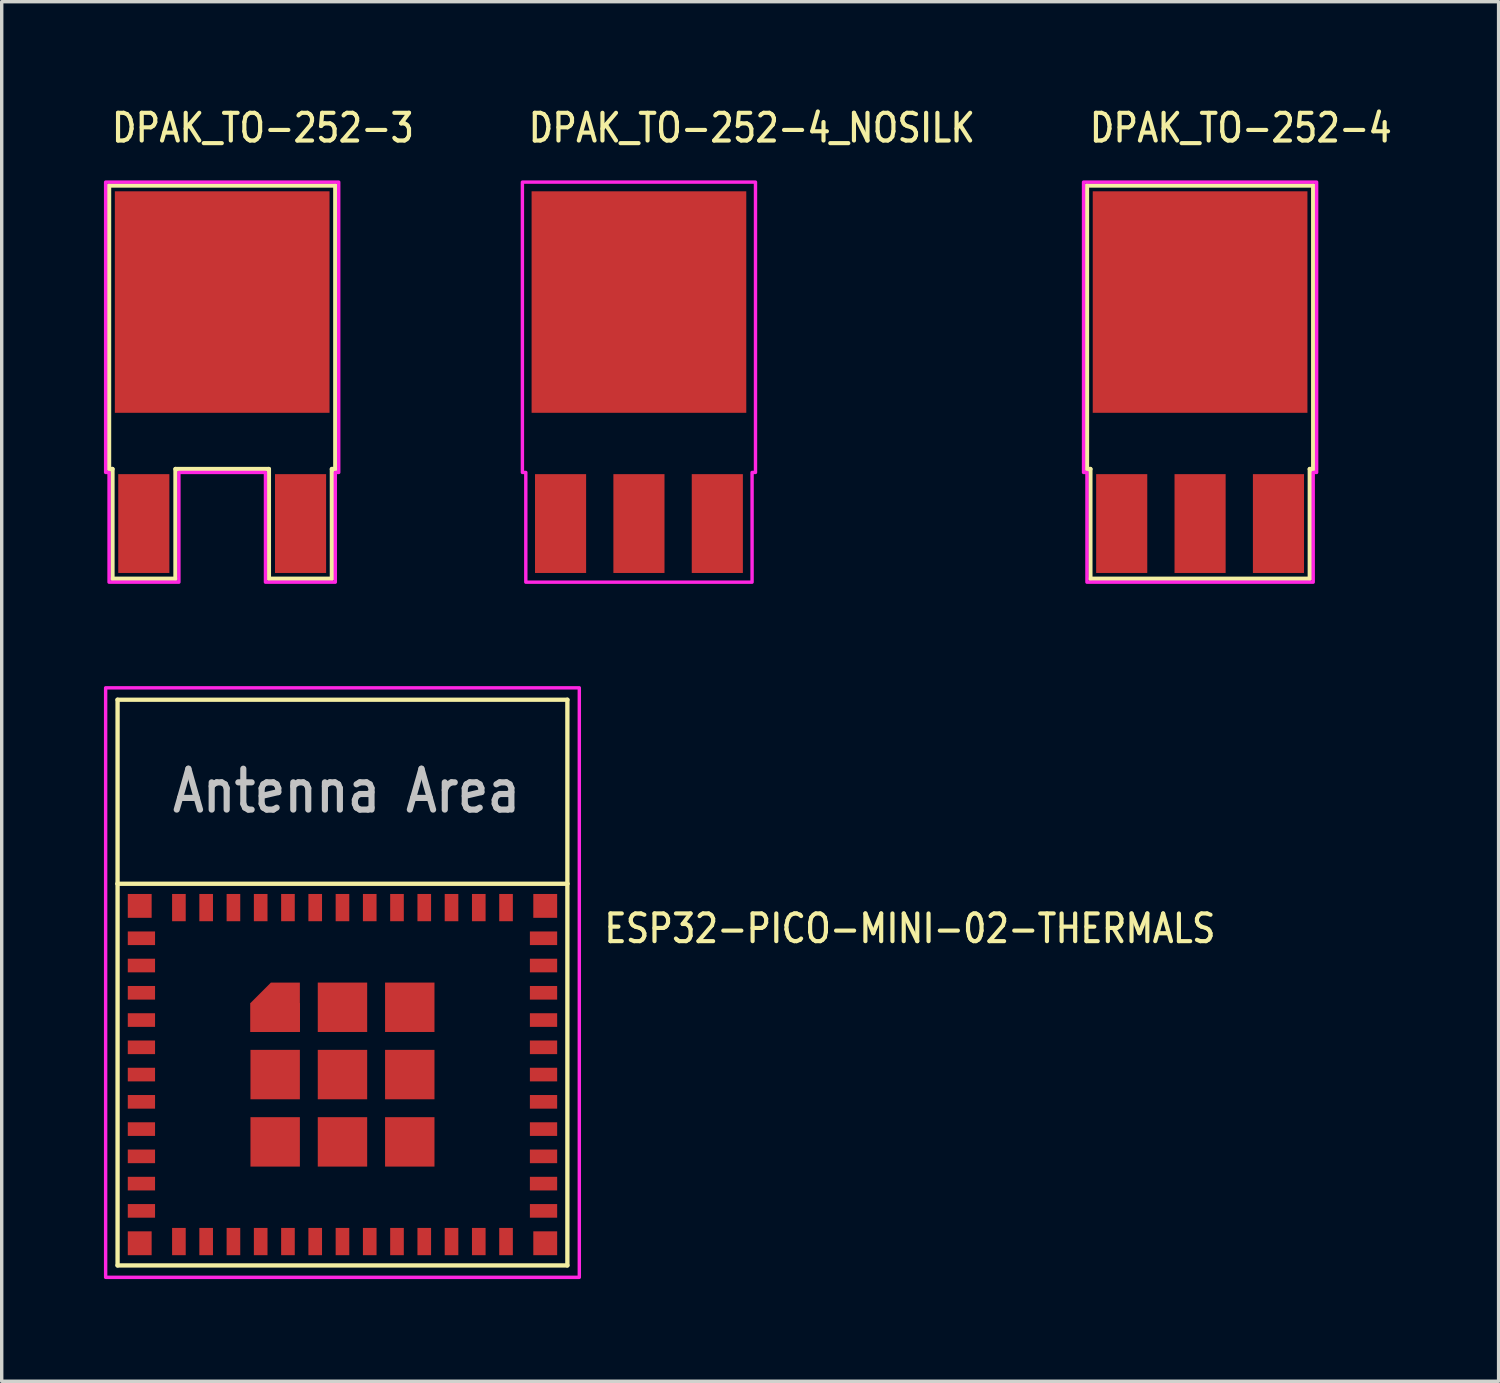
<source format=kicad_pcb>
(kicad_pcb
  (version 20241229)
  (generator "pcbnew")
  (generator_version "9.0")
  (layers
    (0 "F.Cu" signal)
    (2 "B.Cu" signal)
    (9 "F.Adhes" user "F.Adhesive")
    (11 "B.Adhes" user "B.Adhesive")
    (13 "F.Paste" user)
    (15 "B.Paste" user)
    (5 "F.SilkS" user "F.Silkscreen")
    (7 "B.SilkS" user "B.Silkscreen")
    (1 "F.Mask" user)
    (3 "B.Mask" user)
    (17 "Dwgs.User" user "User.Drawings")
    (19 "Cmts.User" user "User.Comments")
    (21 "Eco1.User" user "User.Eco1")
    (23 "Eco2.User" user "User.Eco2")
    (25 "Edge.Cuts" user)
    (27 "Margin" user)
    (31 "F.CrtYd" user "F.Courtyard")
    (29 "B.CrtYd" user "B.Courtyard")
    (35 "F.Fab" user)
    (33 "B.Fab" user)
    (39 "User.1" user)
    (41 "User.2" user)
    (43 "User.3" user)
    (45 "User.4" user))
  (footprint "DPAK_TO-252-3"
    (layer "F.Cu")
    (at 3.47 8.164)
    (property "Reference" "DPAK_TO-252-3" (at -3.302 -6.985 0) (unlocked yes) (layer "F.SilkS") (effects (font (size 0.813 0.695) (thickness 0.122)) (justify left bottom)))
    (fp_line (start -3.32 -5.77) (end 3.32 -5.77) (stroke (width 0.127) (type solid)) (layer "F.SilkS"))
    (fp_line (start -3.32 2.55) (end -3.32 -5.77) (stroke (width 0.127) (type solid)) (layer "F.SilkS"))
    (fp_line (start -3.22 2.55) (end -3.32 2.55) (stroke (width 0.127) (type solid)) (layer "F.SilkS"))
    (fp_line (start -3.22 5.77) (end -3.22 2.55) (stroke (width 0.127) (type solid)) (layer "F.SilkS"))
    (fp_line (start -1.37 2.55) (end -1.37 5.77) (stroke (width 0.127) (type solid)) (layer "F.SilkS"))
    (fp_line (start -1.37 5.77) (end -3.22 5.77) (stroke (width 0.127) (type solid)) (layer "F.SilkS"))
    (fp_line (start 1.37 2.55) (end -1.37 2.55) (stroke (width 0.127) (type solid)) (layer "F.SilkS"))
    (fp_line (start 1.37 5.77) (end 1.37 2.55) (stroke (width 0.127) (type solid)) (layer "F.SilkS"))
    (fp_line (start 3.22 2.55) (end 3.22 5.77) (stroke (width 0.127) (type solid)) (layer "F.SilkS"))
    (fp_line (start 3.22 5.77) (end 1.37 5.77) (stroke (width 0.127) (type solid)) (layer "F.SilkS"))
    (fp_line (start 3.32 -5.77) (end 3.32 2.55) (stroke (width 0.127) (type solid)) (layer "F.SilkS"))
    (fp_line (start 3.32 2.55) (end 3.22 2.55) (stroke (width 0.127) (type solid)) (layer "F.SilkS"))
    (fp_poly (pts (xy -3.42 -5.87) (xy 3.42 -5.87) (xy 3.42 2.65) (xy 3.32 2.65) (xy 3.32 5.87) (xy 1.27 5.87) (xy 1.27 2.65) (xy -1.27 2.65) (xy -1.27 5.87) (xy -3.32 5.87) (xy -3.32 2.65) (xy -3.42 2.65)) (stroke (width 0.1) (type solid)) (fill no) (layer "F.CrtYd"))
    (pad "1" smd rect (at -2.3 4.15) (size 1.5 2.9) (layers "F.Cu" "F.Mask" "F.Paste"))
    (pad "3" smd rect (at 2.3 4.15) (size 1.5 2.9) (layers "F.Cu" "F.Mask" "F.Paste"))
    (pad "4" smd rect (at 0 -2.35) (size 6.3 6.5) (layers "F.Cu" "F.Mask" "F.Paste")))
  (footprint "DPAK_TO-252-4"
    (layer "F.Cu")
    (at 32.167 8.164)
    (property "Reference" "DPAK_TO-252-4" (at -3.302 -6.985 0) (unlocked yes) (layer "F.SilkS") (effects (font (size 0.813 0.695) (thickness 0.122)) (justify left bottom)))
    (fp_line (start -3.32 -5.77) (end 3.32 -5.77) (stroke (width 0.127) (type solid)) (layer "F.SilkS"))
    (fp_line (start -3.32 2.55) (end -3.32 -5.77) (stroke (width 0.127) (type solid)) (layer "F.SilkS"))
    (fp_line (start -3.22 2.55) (end -3.32 2.55) (stroke (width 0.127) (type solid)) (layer "F.SilkS"))
    (fp_line (start -3.22 5.77) (end -3.22 2.55) (stroke (width 0.127) (type solid)) (layer "F.SilkS"))
    (fp_line (start 3.22 2.55) (end 3.22 5.77) (stroke (width 0.127) (type solid)) (layer "F.SilkS"))
    (fp_line (start 3.22 5.77) (end -3.22 5.77) (stroke (width 0.127) (type solid)) (layer "F.SilkS"))
    (fp_line (start 3.32 -5.77) (end 3.32 2.55) (stroke (width 0.127) (type solid)) (layer "F.SilkS"))
    (fp_line (start 3.32 2.55) (end 3.22 2.55) (stroke (width 0.127) (type solid)) (layer "F.SilkS"))
    (fp_poly (pts (xy -3.42 -5.87) (xy 3.42 -5.87) (xy 3.42 2.65) (xy 3.32 2.65) (xy 3.32 5.87) (xy -3.32 5.87) (xy -3.32 2.65) (xy -3.42 2.65)) (stroke (width 0.1) (type solid)) (fill no) (layer "F.CrtYd"))
    (pad "1" smd rect (at -2.3 4.15) (size 1.5 2.9) (layers "F.Cu" "F.Mask" "F.Paste"))
    (pad "2" smd rect (at 0 4.15) (size 1.5 2.9) (layers "F.Cu" "F.Mask" "F.Paste"))
    (pad "3" smd rect (at 2.3 4.15) (size 1.5 2.9) (layers "F.Cu" "F.Mask" "F.Paste"))
    (pad "4" smd rect (at 0 -2.35) (size 6.3 6.5) (layers "F.Cu" "F.Mask" "F.Paste")))
  (footprint "ESP32-PICO-MINI-02-THERMALS"
    (layer "F.Cu")
    (at 7 28.484)
    (property "Reference" "ESP32-PICO-MINI-02-THERMALS" (at 7.62 -3.81 0) (unlocked yes) (layer "F.SilkS") (effects (font (size 0.813 0.695) (thickness 0.122)) (justify left bottom)))
    (fp_poly (pts (xy -2.7 -2.1) (xy -2.7 -1.25) (xy -1.25 -1.25) (xy -1.25 -2.1) (xy -1.25 -2.7) (xy -2.1 -2.7)) (stroke (width 0) (type solid)) (fill yes) (layer "F.Cu"))
    (fp_poly (pts (xy -6.95 -11.35) (xy -6.95 -5.85) (xy 6.95 -5.85) (xy 6.95 -11.35)) (stroke (width 0) (type solid)) (fill yes) (layer "F.Mask"))
    (fp_poly (pts (xy -6.95 -11.35) (xy -6.95 -5.85) (xy 6.95 -5.85) (xy 6.95 -11.35)) (stroke (width 0) (type solid)) (fill yes) (layer "F.Mask"))
    (fp_poly (pts (xy -2.8 -2.2) (xy -1.15 -2.2) (xy -1.15 -2.8) (xy -2.2 -2.8)) (stroke (width 0) (type solid)) (fill yes) (layer "F.Mask"))
    (fp_poly (pts (xy -6.95 -11.35) (xy -6.95 -5.85) (xy 6.95 -5.85) (xy 6.95 -11.35)) (stroke (width 0) (type solid)) (fill yes) (layer "B.Mask"))
    (fp_line (start -6.6 -11) (end -6.6 -5.6) (stroke (width 0.127) (type solid)) (layer "F.SilkS"))
    (fp_line (start -6.6 -5.6) (end -6.6 5.6) (stroke (width 0.127) (type solid)) (layer "F.SilkS"))
    (fp_line (start -6.6 -5.6) (end 6.6 -5.6) (stroke (width 0.127) (type solid)) (layer "F.SilkS"))
    (fp_line (start -6.6 5.6) (end 6.6 5.6) (stroke (width 0.127) (type solid)) (layer "F.SilkS"))
    (fp_line (start 6.6 -11) (end -6.6 -11) (stroke (width 0.127) (type solid)) (layer "F.SilkS"))
    (fp_line (start 6.6 -5.6) (end 6.6 -11) (stroke (width 0.127) (type solid)) (layer "F.SilkS"))
    (fp_line (start 6.6 5.6) (end 6.6 -5.6) (stroke (width 0.127) (type solid)) (layer "F.SilkS"))
    (fp_poly (pts (xy -2.7 -2.1) (xy -1.25 -2.1) (xy -1.25 -2.7) (xy -2.1 -2.7)) (stroke (width 0) (type solid)) (fill yes) (layer "F.Paste"))
    (fp_poly (pts (xy -6.95 -11.35) (xy -6.95 5.95) (xy 6.95 5.95) (xy 6.95 -11.35)) (stroke (width 0.1) (type solid)) (fill no) (layer "F.CrtYd"))
    (fp_text user "Antenna Area" (at -5.08 -7.62 0) (unlocked yes) (layer "Dwgs.User") (effects (font (size 1.2 1.026) (thickness 0.18)) (justify left bottom)))
    (pad "1" smd rect (at -5.9 -4) (size 0.8 0.4) (layers "F.Cu" "F.Mask" "F.Paste"))
    (pad "2" smd rect (at -5.9 -3.2) (size 0.8 0.4) (layers "F.Cu" "F.Mask" "F.Paste"))
    (pad "3" smd rect (at -5.9 -2.4) (size 0.8 0.4) (layers "F.Cu" "F.Mask" "F.Paste"))
    (pad "4" smd rect (at -5.9 -1.6) (size 0.8 0.4) (layers "F.Cu" "F.Mask" "F.Paste"))
    (pad "5" smd rect (at -5.9 -0.8) (size 0.8 0.4) (layers "F.Cu" "F.Mask" "F.Paste"))
    (pad "6" smd rect (at -5.9 0) (size 0.8 0.4) (layers "F.Cu" "F.Mask" "F.Paste"))
    (pad "7" smd rect (at -5.9 0.8) (size 0.8 0.4) (layers "F.Cu" "F.Mask" "F.Paste"))
    (pad "8" smd rect (at -5.9 1.6) (size 0.8 0.4) (layers "F.Cu" "F.Mask" "F.Paste"))
    (pad "9" smd rect (at -5.9 2.4) (size 0.8 0.4) (layers "F.Cu" "F.Mask" "F.Paste"))
    (pad "10" smd rect (at -5.9 3.2) (size 0.8 0.4) (layers "F.Cu" "F.Mask" "F.Paste"))
    (pad "11" smd rect (at -5.9 4) (size 0.8 0.4) (layers "F.Cu" "F.Mask" "F.Paste"))
    (pad "12" smd rect (at -4.8 4.9) (size 0.4 0.8) (layers "F.Cu" "F.Mask" "F.Paste"))
    (pad "13" smd rect (at -4 4.9) (size 0.4 0.8) (layers "F.Cu" "F.Mask" "F.Paste"))
    (pad "14" smd rect (at -3.2 4.9) (size 0.4 0.8) (layers "F.Cu" "F.Mask" "F.Paste"))
    (pad "15" smd rect (at -2.4 4.9) (size 0.4 0.8) (layers "F.Cu" "F.Mask" "F.Paste"))
    (pad "16" smd rect (at -1.6 4.9) (size 0.4 0.8) (layers "F.Cu" "F.Mask" "F.Paste"))
    (pad "17" smd rect (at -0.8 4.9) (size 0.4 0.8) (layers "F.Cu" "F.Mask" "F.Paste"))
    (pad "18" smd rect (at 0 4.9) (size 0.4 0.8) (layers "F.Cu" "F.Mask" "F.Paste"))
    (pad "19" smd rect (at 0.8 4.9) (size 0.4 0.8) (layers "F.Cu" "F.Mask" "F.Paste"))
    (pad "20" smd rect (at 1.6 4.9) (size 0.4 0.8) (layers "F.Cu" "F.Mask" "F.Paste"))
    (pad "21" smd rect (at 2.4 4.9) (size 0.4 0.8) (layers "F.Cu" "F.Mask" "F.Paste"))
    (pad "22" smd rect (at 3.2 4.9) (size 0.4 0.8) (layers "F.Cu" "F.Mask" "F.Paste"))
    (pad "23" smd rect (at 4 4.9) (size 0.4 0.8) (layers "F.Cu" "F.Mask" "F.Paste"))
    (pad "24" smd rect (at 4.8 4.9) (size 0.4 0.8) (layers "F.Cu" "F.Mask" "F.Paste"))
    (pad "25" smd rect (at 5.9 4) (size 0.8 0.4) (layers "F.Cu" "F.Mask" "F.Paste"))
    (pad "26" smd rect (at 5.9 3.2) (size 0.8 0.4) (layers "F.Cu" "F.Mask" "F.Paste"))
    (pad "27" smd rect (at 5.9 2.4) (size 0.8 0.4) (layers "F.Cu" "F.Mask" "F.Paste"))
    (pad "28" smd rect (at 5.9 1.6) (size 0.8 0.4) (layers "F.Cu" "F.Mask" "F.Paste"))
    (pad "29" smd rect (at 5.9 0.8) (size 0.8 0.4) (layers "F.Cu" "F.Mask" "F.Paste"))
    (pad "30" smd rect (at 5.9 0) (size 0.8 0.4) (layers "F.Cu" "F.Mask" "F.Paste"))
    (pad "31" smd rect (at 5.9 -0.8) (size 0.8 0.4) (layers "F.Cu" "F.Mask" "F.Paste"))
    (pad "32" smd rect (at 5.9 -1.6) (size 0.8 0.4) (layers "F.Cu" "F.Mask" "F.Paste"))
    (pad "33" smd rect (at 5.9 -2.4) (size 0.8 0.4) (layers "F.Cu" "F.Mask" "F.Paste"))
    (pad "34" smd rect (at 5.9 -3.2) (size 0.8 0.4) (layers "F.Cu" "F.Mask" "F.Paste"))
    (pad "35" smd rect (at 5.9 -4) (size 0.8 0.4) (layers "F.Cu" "F.Mask" "F.Paste"))
    (pad "36" smd rect (at 4.8 -4.9) (size 0.4 0.8) (layers "F.Cu" "F.Mask" "F.Paste"))
    (pad "37" smd rect (at 4 -4.9) (size 0.4 0.8) (layers "F.Cu" "F.Mask" "F.Paste"))
    (pad "38" smd rect (at 3.2 -4.9) (size 0.4 0.8) (layers "F.Cu" "F.Mask" "F.Paste"))
    (pad "39" smd rect (at 2.4 -4.9) (size 0.4 0.8) (layers "F.Cu" "F.Mask" "F.Paste"))
    (pad "40" smd rect (at 1.6 -4.9) (size 0.4 0.8) (layers "F.Cu" "F.Mask" "F.Paste"))
    (pad "41" smd rect (at 0.8 -4.9) (size 0.4 0.8) (layers "F.Cu" "F.Mask" "F.Paste"))
    (pad "42" smd rect (at 0 -4.9) (size 0.4 0.8) (layers "F.Cu" "F.Mask" "F.Paste"))
    (pad "43" smd rect (at -0.8 -4.9) (size 0.4 0.8) (layers "F.Cu" "F.Mask" "F.Paste"))
    (pad "44" smd rect (at -1.6 -4.9) (size 0.4 0.8) (layers "F.Cu" "F.Mask" "F.Paste"))
    (pad "45" smd rect (at -2.4 -4.9) (size 0.4 0.8) (layers "F.Cu" "F.Mask" "F.Paste"))
    (pad "46" smd rect (at -3.2 -4.9) (size 0.4 0.8) (layers "F.Cu" "F.Mask" "F.Paste"))
    (pad "47" smd rect (at -4 -4.9) (size 0.4 0.8) (layers "F.Cu" "F.Mask" "F.Paste"))
    (pad "48" smd rect (at -4.8 -4.9) (size 0.4 0.8) (layers "F.Cu" "F.Mask" "F.Paste"))
    (pad "50" smd rect (at 5.95 -4.95) (size 0.7 0.7) (layers "F.Cu" "F.Mask" "F.Paste"))
    (pad "51" smd rect (at 5.95 4.95) (size 0.7 0.7) (layers "F.Cu" "F.Mask" "F.Paste"))
    (pad "52" smd rect (at -5.95 4.95) (size 0.7 0.7) (layers "F.Cu" "F.Mask" "F.Paste"))
    (pad "53" smd rect (at -5.95 -4.95) (size 0.7 0.7) (layers "F.Cu" "F.Mask" "F.Paste"))
    (pad "P_49_1" smd rect (at -1.975 -1.675) (size 1.45 0.85) (layers "F.Cu" "F.Mask" "F.Paste"))
    (pad "P_49_2" smd rect (at 0 -1.975) (size 1.45 1.45) (layers "F.Cu" "F.Mask" "F.Paste"))
    (pad "P_49_3" smd rect (at 1.975 -1.975) (size 1.45 1.45) (layers "F.Cu" "F.Mask" "F.Paste"))
    (pad "P_49_4" smd rect (at -1.975 0) (size 1.45 1.45) (layers "F.Cu" "F.Mask" "F.Paste"))
    (pad "P_49_5" smd rect (at 0 0) (size 1.45 1.45) (layers "F.Cu" "F.Mask" "F.Paste"))
    (pad "P_49_6" smd rect (at 1.975 0) (size 1.45 1.45) (layers "F.Cu" "F.Mask" "F.Paste"))
    (pad "P_49_7" smd rect (at -1.975 1.975) (size 1.45 1.45) (layers "F.Cu" "F.Mask" "F.Paste"))
    (pad "P_49_8" smd rect (at 0 1.975) (size 1.45 1.45) (layers "F.Cu" "F.Mask" "F.Paste"))
    (pad "P_49_9" smd rect (at 1.975 1.975) (size 1.45 1.45) (layers "F.Cu" "F.Mask" "F.Paste")))
  (footprint "DPAK_TO-252-4_NOSILK"
    (layer "F.Cu")
    (at 15.7 8.164)
    (property "Reference" "DPAK_TO-252-4_NOSILK" (at -3.302 -6.985 0) (unlocked yes) (layer "F.SilkS") (effects (font (size 0.813 0.695) (thickness 0.122)) (justify left bottom)))
    (fp_poly (pts (xy -3.42 -5.87) (xy 3.42 -5.87) (xy 3.42 2.65) (xy 3.32 2.65) (xy 3.32 5.87) (xy -3.32 5.87) (xy -3.32 2.65) (xy -3.42 2.65)) (stroke (width 0.1) (type solid)) (fill no) (layer "F.CrtYd"))
    (pad "1" smd rect (at -2.3 4.15) (size 1.5 2.9) (layers "F.Cu" "F.Mask" "F.Paste"))
    (pad "2" smd rect (at 0 4.15) (size 1.5 2.9) (layers "F.Cu" "F.Mask" "F.Paste"))
    (pad "3" smd rect (at 2.3 4.15) (size 1.5 2.9) (layers "F.Cu" "F.Mask" "F.Paste"))
    (pad "4" smd rect (at 0 -2.35) (size 6.3 6.5) (layers "F.Cu" "F.Mask" "F.Paste")))
  (gr_rect
    (start -3 -3)
    (end 40.927 37.484)
    (stroke (width 0.1) (type default))
    (fill no)
    (layer "Edge.Cuts")))
</source>
